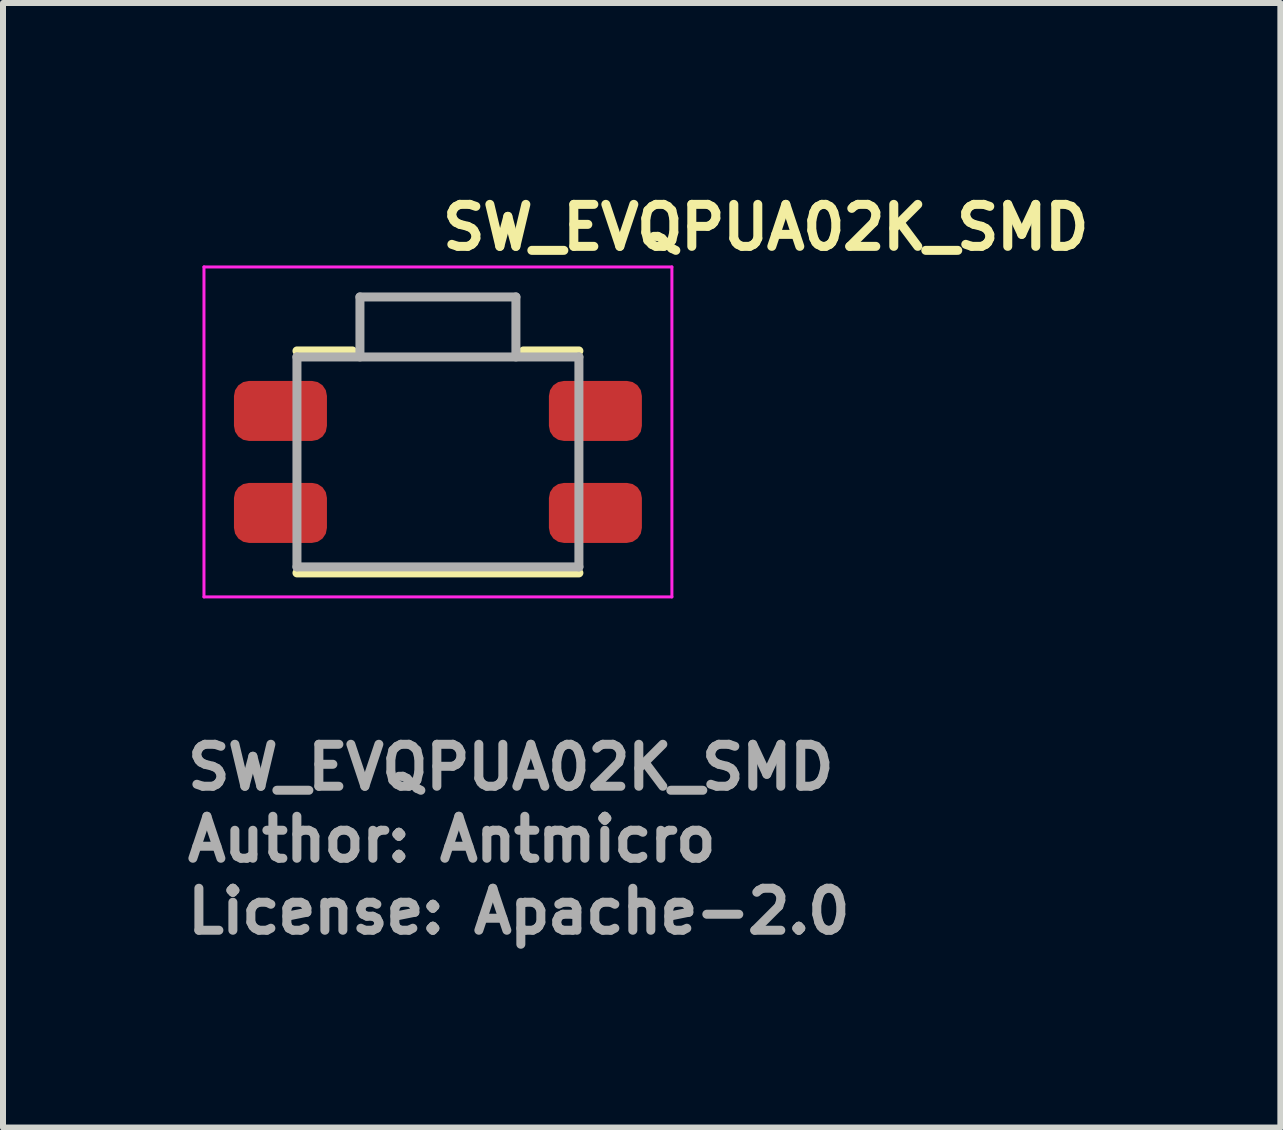
<source format=kicad_pcb>
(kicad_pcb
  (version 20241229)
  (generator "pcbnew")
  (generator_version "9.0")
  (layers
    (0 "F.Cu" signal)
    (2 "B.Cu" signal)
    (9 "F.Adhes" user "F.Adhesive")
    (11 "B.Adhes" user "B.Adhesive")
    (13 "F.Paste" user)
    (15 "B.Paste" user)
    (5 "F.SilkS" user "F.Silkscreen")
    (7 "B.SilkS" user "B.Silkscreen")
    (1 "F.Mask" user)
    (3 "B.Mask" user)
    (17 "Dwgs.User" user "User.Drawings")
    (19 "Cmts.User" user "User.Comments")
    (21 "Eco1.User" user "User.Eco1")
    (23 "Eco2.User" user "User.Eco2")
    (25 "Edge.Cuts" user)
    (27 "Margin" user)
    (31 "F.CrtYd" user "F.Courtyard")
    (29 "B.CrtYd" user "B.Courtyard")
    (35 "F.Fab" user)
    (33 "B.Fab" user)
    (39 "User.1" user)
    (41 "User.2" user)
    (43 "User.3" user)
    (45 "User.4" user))
  (footprint "SW_EVQPUA02K_SMD"
    (layer "F.Cu")
    (at 4.25 4.65)
    (property "Reference" "SW_EVQPUA02K_SMD" (at 0 -3.5 0) (layer "F.SilkS") (effects (font (size 0.7 0.7) (thickness 0.15)) (justify left bottom)))
    (attr smd)
    (fp_line (start -1.425 -1.85) (end -2.35 -1.85) (stroke (width 0.15) (type solid)) (layer "F.SilkS"))
    (fp_line (start 2.35 -1.85) (end 1.425 -1.85) (stroke (width 0.15) (type solid)) (layer "F.SilkS"))
    (fp_line (start 2.35 1.85) (end -2.35 1.85) (stroke (width 0.15) (type solid)) (layer "F.SilkS"))
    (fp_line (start -3.9 2.25) (end -3.9 -3.25) (stroke (width 0.05) (type solid)) (layer "F.CrtYd"))
    (fp_line (start 3.9 -3.25) (end -3.9 -3.25) (stroke (width 0.05) (type solid)) (layer "F.CrtYd"))
    (fp_line (start 3.9 2.25) (end -3.9 2.25) (stroke (width 0.05) (type solid)) (layer "F.CrtYd"))
    (fp_line (start 3.9 2.25) (end 3.9 -3.25) (stroke (width 0.05) (type solid)) (layer "F.CrtYd"))
    (fp_line (start -2.35 1.75) (end -2.35 -1.75) (stroke (width 0.15) (type solid)) (layer "F.Fab"))
    (fp_line (start -1.3 -2.75) (end -1.3 -1.75) (stroke (width 0.15) (type solid)) (layer "F.Fab"))
    (fp_line (start 1.3 -2.75) (end -1.3 -2.75) (stroke (width 0.15) (type solid)) (layer "F.Fab"))
    (fp_line (start 1.3 -2.75) (end 1.3 -1.75) (stroke (width 0.15) (type solid)) (layer "F.Fab"))
    (fp_line (start 2.35 -1.75) (end -2.35 -1.75) (stroke (width 0.15) (type solid)) (layer "F.Fab"))
    (fp_line (start 2.35 1.75) (end -2.35 1.75) (stroke (width 0.15) (type solid)) (layer "F.Fab"))
    (fp_line (start 2.35 1.75) (end 2.35 -1.75) (stroke (width 0.15) (type solid)) (layer "F.Fab"))
    (fp_rect (start -3.2 -2.75) (end 3.2 1.79) (stroke (width 0.15) (type solid)) (fill no) (layer "User.5"))
    (fp_line (start -3.2 -1.15) (end -2.35 -1.15) (stroke (width 0.01) (type solid)) (layer "User.9"))
    (fp_line (start -3.2 -0.55) (end -3.2 -1.15) (stroke (width 0.01) (type solid)) (layer "User.9"))
    (fp_line (start -3.2 -0.55) (end -2.35 -0.55) (stroke (width 0.01) (type solid)) (layer "User.9"))
    (fp_line (start -3.2 0.55) (end -2.35 0.55) (stroke (width 0.01) (type solid)) (layer "User.9"))
    (fp_line (start -3.2 1.15) (end -3.2 0.55) (stroke (width 0.01) (type solid)) (layer "User.9"))
    (fp_line (start -3.2 1.15) (end -2.35 1.15) (stroke (width 0.01) (type solid)) (layer "User.9"))
    (fp_line (start -2.35 -1.75) (end -2.35 -1.752) (stroke (width 0.01) (type solid)) (layer "User.9"))
    (fp_line (start -2.35 -1.75) (end -1.7 -1.75) (stroke (width 0.01) (type solid)) (layer "User.9"))
    (fp_line (start -2.35 -1.6) (end -2.35 -1.75) (stroke (width 0.01) (type solid)) (layer "User.9"))
    (fp_line (start -2.35 -0.425) (end -2.35 -1.6) (stroke (width 0.01) (type solid)) (layer "User.9"))
    (fp_line (start -2.35 -0.425) (end -2.35 0.425) (stroke (width 0.01) (type solid)) (layer "User.9"))
    (fp_line (start -2.35 0.425) (end -2.15 0.425) (stroke (width 0.01) (type solid)) (layer "User.9"))
    (fp_line (start -2.35 1.6) (end -2.35 0.425) (stroke (width 0.01) (type solid)) (layer "User.9"))
    (fp_line (start -2.35 1.6) (end -1.7 1.6) (stroke (width 0.01) (type solid)) (layer "User.9"))
    (fp_line (start -2.35 1.75) (end -2.35 1.6) (stroke (width 0.01) (type solid)) (layer "User.9"))
    (fp_line (start -2.35 1.752) (end -2.35 1.75) (stroke (width 0.01) (type solid)) (layer "User.9"))
    (fp_line (start -2.35 1.752) (end -2.25 1.752) (stroke (width 0.01) (type solid)) (layer "User.9"))
    (fp_line (start -2.343 -0.4) (end -2.299 -0.4) (stroke (width 0.01) (type solid)) (layer "User.9"))
    (fp_line (start -2.343 0.4) (end -2.343 -0.4) (stroke (width 0.01) (type solid)) (layer "User.9"))
    (fp_line (start -2.3 -1.409) (end -2.3 -0.9) (stroke (width 0.01) (type solid)) (layer "User.9"))
    (fp_line (start -2.3 -0.9) (end -2.15 -0.9) (stroke (width 0.01) (type solid)) (layer "User.9"))
    (fp_line (start -2.3 0.9) (end -2.3 1.391) (stroke (width 0.01) (type solid)) (layer "User.9"))
    (fp_line (start -2.3 1.391) (end -2.15 1.391) (stroke (width 0.01) (type solid)) (layer "User.9"))
    (fp_line (start -2.299 0.4) (end -2.343 0.4) (stroke (width 0.01) (type solid)) (layer "User.9"))
    (fp_line (start -2.299 0.4) (end -2.299 -0.4) (stroke (width 0.01) (type solid)) (layer "User.9"))
    (fp_line (start -2.299 0.4) (end -2.15 0.4) (stroke (width 0.01) (type solid)) (layer "User.9"))
    (fp_line (start -2.25 -1.784) (end -2.25 -1.773) (stroke (width 0.01) (type solid)) (layer "User.9"))
    (fp_line (start -2.25 -1.773) (end -2.25 -1.773) (stroke (width 0.01) (type solid)) (layer "User.9"))
    (fp_line (start -2.25 -1.773) (end -1.7 -1.773) (stroke (width 0.01) (type solid)) (layer "User.9"))
    (fp_line (start -2.25 -1.752) (end -2.25 -1.773) (stroke (width 0.01) (type solid)) (layer "User.9"))
    (fp_line (start -2.25 1.75) (end -2.25 1.772) (stroke (width 0.01) (type solid)) (layer "User.9"))
    (fp_line (start -2.25 1.772) (end -2.25 1.784) (stroke (width 0.01) (type solid)) (layer "User.9"))
    (fp_line (start -2.25 1.784) (end -2.25 1.784) (stroke (width 0.01) (type solid)) (layer "User.9"))
    (fp_line (start -2.25 1.784) (end -2.25 1.784) (stroke (width 0.01) (type solid)) (layer "User.9"))
    (fp_line (start -2.25 -1.784) (end -2.25 -1.784) (stroke (width 0.01) (type solid)) (layer "User.9"))
    (fp_line (start -2.25 1.784) (end -2.25 1.784) (stroke (width 0.01) (type solid)) (layer "User.9"))
    (fp_line (start -2.25 1.784) (end -2.249 1.784) (stroke (width 0.01) (type solid)) (layer "User.9"))
    (fp_line (start -2.249 -1.784) (end -2.25 -1.784) (stroke (width 0.01) (type solid)) (layer "User.9"))
    (fp_line (start -2.249 1.784) (end -2.249 1.784) (stroke (width 0.01) (type solid)) (layer "User.9"))
    (fp_line (start -2.249 1.784) (end -2.248 1.785) (stroke (width 0.01) (type solid)) (layer "User.9"))
    (fp_line (start -2.248 -1.785) (end -2.249 -1.784) (stroke (width 0.01) (type solid)) (layer "User.9"))
    (fp_line (start -2.248 1.785) (end -2.247 1.785) (stroke (width 0.01) (type solid)) (layer "User.9"))
    (fp_line (start -2.247 -1.785) (end -2.248 -1.785) (stroke (width 0.01) (type solid)) (layer "User.9"))
    (fp_line (start -2.247 1.785) (end -2.246 1.785) (stroke (width 0.01) (type solid)) (layer "User.9"))
    (fp_line (start -2.246 1.785) (end -2.244 1.786) (stroke (width 0.01) (type solid)) (layer "User.9"))
    (fp_line (start -2.244 -1.786) (end -2.247 -1.785) (stroke (width 0.01) (type solid)) (layer "User.9"))
    (fp_line (start -2.244 1.786) (end -2.242 1.786) (stroke (width 0.01) (type solid)) (layer "User.9"))
    (fp_line (start -2.242 1.786) (end -2.239 1.786) (stroke (width 0.01) (type solid)) (layer "User.9"))
    (fp_line (start -2.239 -1.786) (end -2.244 -1.786) (stroke (width 0.01) (type solid)) (layer "User.9"))
    (fp_line (start -2.239 1.786) (end -2.236 1.786) (stroke (width 0.01) (type solid)) (layer "User.9"))
    (fp_line (start -2.236 1.786) (end -2.233 1.787) (stroke (width 0.01) (type solid)) (layer "User.9"))
    (fp_line (start -2.233 -1.787) (end -2.239 -1.786) (stroke (width 0.01) (type solid)) (layer "User.9"))
    (fp_line (start -2.233 1.787) (end -2.23 1.787) (stroke (width 0.01) (type solid)) (layer "User.9"))
    (fp_line (start -2.23 1.787) (end -2.226 1.787) (stroke (width 0.01) (type solid)) (layer "User.9"))
    (fp_line (start -2.226 -1.787) (end -2.233 -1.787) (stroke (width 0.01) (type solid)) (layer "User.9"))
    (fp_line (start -2.226 1.787) (end -2.218 1.788) (stroke (width 0.01) (type solid)) (layer "User.9"))
    (fp_line (start -2.218 -1.788) (end -2.226 -1.787) (stroke (width 0.01) (type solid)) (layer "User.9"))
    (fp_line (start -2.218 1.788) (end -2.208 1.788) (stroke (width 0.01) (type solid)) (layer "User.9"))
    (fp_line (start -2.208 -1.788) (end -2.218 -1.788) (stroke (width 0.01) (type solid)) (layer "User.9"))
    (fp_line (start -2.208 -1.788) (end -2.208 -1.788) (stroke (width 0.01) (type solid)) (layer "User.9"))
    (fp_line (start -2.208 1.788) (end -2.208 1.788) (stroke (width 0.01) (type solid)) (layer "User.9"))
    (fp_line (start -2.208 1.788) (end -2.187 1.789) (stroke (width 0.01) (type solid)) (layer "User.9"))
    (fp_line (start -2.187 -1.789) (end -2.208 -1.788) (stroke (width 0.01) (type solid)) (layer "User.9"))
    (fp_line (start -2.187 1.789) (end -2.162 1.79) (stroke (width 0.01) (type solid)) (layer "User.9"))
    (fp_line (start -2.162 -1.79) (end -2.187 -1.789) (stroke (width 0.01) (type solid)) (layer "User.9"))
    (fp_line (start -2.162 1.79) (end -2.135 1.79) (stroke (width 0.01) (type solid)) (layer "User.9"))
    (fp_line (start -2.15 -1.522) (end -2.15 -1.409) (stroke (width 0.01) (type solid)) (layer "User.9"))
    (fp_line (start -2.15 -1.409) (end -2.3 -1.409) (stroke (width 0.01) (type solid)) (layer "User.9"))
    (fp_line (start -2.15 -0.9) (end -2.15 -0.4) (stroke (width 0.01) (type solid)) (layer "User.9"))
    (fp_line (start -2.15 -0.425) (end -2.35 -0.425) (stroke (width 0.01) (type solid)) (layer "User.9"))
    (fp_line (start -2.15 -0.4) (end -2.299 -0.4) (stroke (width 0.01) (type solid)) (layer "User.9"))
    (fp_line (start -2.15 0.4) (end -2.15 0.9) (stroke (width 0.01) (type solid)) (layer "User.9"))
    (fp_line (start -2.15 0.9) (end -2.3 0.9) (stroke (width 0.01) (type solid)) (layer "User.9"))
    (fp_line (start -2.15 1.391) (end -2.15 1.574) (stroke (width 0.01) (type solid)) (layer "User.9"))
    (fp_line (start -2.15 1.574) (end -1.7 1.574) (stroke (width 0.01) (type solid)) (layer "User.9"))
    (fp_line (start -2.135 -1.79) (end -2.162 -1.79) (stroke (width 0.01) (type solid)) (layer "User.9"))
    (fp_line (start -2.135 1.79) (end -2.107 1.79) (stroke (width 0.01) (type solid)) (layer "User.9"))
    (fp_line (start -2.107 -1.79) (end -2.135 -1.79) (stroke (width 0.01) (type solid)) (layer "User.9"))
    (fp_line (start -2.107 -1.79) (end -1.468 -1.79) (stroke (width 0.01) (type solid)) (layer "User.9"))
    (fp_line (start -1.7 -1.752) (end -2.35 -1.752) (stroke (width 0.01) (type solid)) (layer "User.9"))
    (fp_line (start -1.7 -1.751) (end -1.7 -1.773) (stroke (width 0.01) (type solid)) (layer "User.9"))
    (fp_line (start -1.7 -1.75) (end -1.7 -1.751) (stroke (width 0.01) (type solid)) (layer "User.9"))
    (fp_line (start -1.7 -1.75) (end -1.7 -1.6) (stroke (width 0.01) (type solid)) (layer "User.9"))
    (fp_line (start -1.7 -1.716) (end -1.7 -1.75) (stroke (width 0.01) (type solid)) (layer "User.9"))
    (fp_line (start -1.7 -1.6) (end -2.35 -1.6) (stroke (width 0.01) (type solid)) (layer "User.9"))
    (fp_line (start -1.7 -1.57) (end -1.7 -1.716) (stroke (width 0.01) (type solid)) (layer "User.9"))
    (fp_line (start -1.7 -1.57) (end -1.7 -1.522) (stroke (width 0.01) (type solid)) (layer "User.9"))
    (fp_line (start -1.7 -1.522) (end -2.15 -1.522) (stroke (width 0.01) (type solid)) (layer "User.9"))
    (fp_line (start -1.7 1.574) (end -2.15 1.574) (stroke (width 0.01) (type solid)) (layer "User.9"))
    (fp_line (start -1.7 1.574) (end -1.7 1.618) (stroke (width 0.01) (type solid)) (layer "User.9"))
    (fp_line (start -1.7 1.748) (end -1.7 1.618) (stroke (width 0.01) (type solid)) (layer "User.9"))
    (fp_line (start -1.7 1.748) (end -1.7 1.772) (stroke (width 0.01) (type solid)) (layer "User.9"))
    (fp_line (start -1.7 1.75) (end -2.35 1.75) (stroke (width 0.01) (type solid)) (layer "User.9"))
    (fp_line (start -1.7 1.75) (end -2.25 1.75) (stroke (width 0.01) (type solid)) (layer "User.9"))
    (fp_line (start -1.7 1.772) (end -2.25 1.772) (stroke (width 0.01) (type solid)) (layer "User.9"))
    (fp_line (start -1.493 1.79) (end -2.107 1.79) (stroke (width 0.01) (type solid)) (layer "User.9"))
    (fp_line (start -1.493 1.79) (end -1.465 1.79) (stroke (width 0.01) (type solid)) (layer "User.9"))
    (fp_line (start -1.465 1.79) (end -1.438 1.79) (stroke (width 0.01) (type solid)) (layer "User.9"))
    (fp_line (start -1.44 -1.79) (end -1.468 -1.79) (stroke (width 0.01) (type solid)) (layer "User.9"))
    (fp_line (start -1.438 1.79) (end -1.413 1.789) (stroke (width 0.01) (type solid)) (layer "User.9"))
    (fp_line (start -1.413 1.789) (end -1.392 1.788) (stroke (width 0.01) (type solid)) (layer "User.9"))
    (fp_line (start -1.413 -1.79) (end -1.44 -1.79) (stroke (width 0.01) (type solid)) (layer "User.9"))
    (fp_line (start -1.392 1.788) (end -1.392 1.788) (stroke (width 0.01) (type solid)) (layer "User.9"))
    (fp_line (start -1.392 1.788) (end -1.382 1.788) (stroke (width 0.01) (type solid)) (layer "User.9"))
    (fp_line (start -1.388 -1.789) (end -1.413 -1.79) (stroke (width 0.01) (type solid)) (layer "User.9"))
    (fp_line (start -1.382 1.788) (end -1.374 1.787) (stroke (width 0.01) (type solid)) (layer "User.9"))
    (fp_line (start -1.374 1.787) (end -1.367 1.787) (stroke (width 0.01) (type solid)) (layer "User.9"))
    (fp_line (start -1.367 1.787) (end -1.361 1.786) (stroke (width 0.01) (type solid)) (layer "User.9"))
    (fp_line (start -1.367 -1.788) (end -1.388 -1.789) (stroke (width 0.01) (type solid)) (layer "User.9"))
    (fp_line (start -1.367 -1.788) (end -1.367 -1.788) (stroke (width 0.01) (type solid)) (layer "User.9"))
    (fp_line (start -1.361 1.786) (end -1.356 1.786) (stroke (width 0.01) (type solid)) (layer "User.9"))
    (fp_line (start -1.357 -1.788) (end -1.367 -1.788) (stroke (width 0.01) (type solid)) (layer "User.9"))
    (fp_line (start -1.356 1.786) (end -1.353 1.785) (stroke (width 0.01) (type solid)) (layer "User.9"))
    (fp_line (start -1.353 1.785) (end -1.352 1.785) (stroke (width 0.01) (type solid)) (layer "User.9"))
    (fp_line (start -1.352 1.785) (end -1.351 1.784) (stroke (width 0.01) (type solid)) (layer "User.9"))
    (fp_line (start -1.351 1.784) (end -1.35 1.784) (stroke (width 0.01) (type solid)) (layer "User.9"))
    (fp_line (start -1.35 1.784) (end -1.35 1.784) (stroke (width 0.01) (type solid)) (layer "User.9"))
    (fp_line (start -1.35 1.784) (end -1.35 1.761) (stroke (width 0.01) (type solid)) (layer "User.9"))
    (fp_line (start -1.35 1.784) (end -1.35 1.761) (stroke (width 0.01) (type solid)) (layer "User.9"))
    (fp_line (start -1.349 -1.787) (end -1.357 -1.788) (stroke (width 0.01) (type solid)) (layer "User.9"))
    (fp_line (start -1.345 -1.787) (end -1.349 -1.787) (stroke (width 0.01) (type solid)) (layer "User.9"))
    (fp_line (start -1.342 -1.787) (end -1.345 -1.787) (stroke (width 0.01) (type solid)) (layer "User.9"))
    (fp_line (start -1.339 -1.786) (end -1.342 -1.787) (stroke (width 0.01) (type solid)) (layer "User.9"))
    (fp_line (start -1.336 -1.786) (end -1.339 -1.786) (stroke (width 0.01) (type solid)) (layer "User.9"))
    (fp_line (start -1.333 -1.786) (end -1.336 -1.786) (stroke (width 0.01) (type solid)) (layer "User.9"))
    (fp_line (start -1.331 -1.786) (end -1.333 -1.786) (stroke (width 0.01) (type solid)) (layer "User.9"))
    (fp_line (start -1.329 -1.785) (end -1.331 -1.786) (stroke (width 0.01) (type solid)) (layer "User.9"))
    (fp_line (start -1.328 -1.785) (end -1.329 -1.785) (stroke (width 0.01) (type solid)) (layer "User.9"))
    (fp_line (start -1.327 -1.785) (end -1.328 -1.785) (stroke (width 0.01) (type solid)) (layer "User.9"))
    (fp_line (start -1.326 -1.784) (end -1.327 -1.785) (stroke (width 0.01) (type solid)) (layer "User.9"))
    (fp_line (start -1.326 -1.784) (end -1.326 -1.784) (stroke (width 0.01) (type solid)) (layer "User.9"))
    (fp_line (start -1.325 -1.784) (end -1.326 -1.784) (stroke (width 0.01) (type solid)) (layer "User.9"))
    (fp_line (start -1.325 -1.784) (end -1.325 -1.784) (stroke (width 0.01) (type solid)) (layer "User.9"))
    (fp_line (start -1.325 -1.784) (end -1.325 -1.784) (stroke (width 0.01) (type solid)) (layer "User.9"))
    (fp_line (start -1.325 -1.784) (end -1.325 -1.784) (stroke (width 0.01) (type solid)) (layer "User.9"))
    (fp_line (start -1.325 -1.784) (end -1.325 -1.773) (stroke (width 0.01) (type solid)) (layer "User.9"))
    (fp_line (start -1.325 -1.773) (end -1.325 -1.751) (stroke (width 0.01) (type solid)) (layer "User.9"))
    (fp_line (start -1.325 -1.751) (end -1.325 -1.569) (stroke (width 0.01) (type solid)) (layer "User.9"))
    (fp_line (start -1.325 -1.641) (end -1.325 -1.641) (stroke (width 0.01) (type solid)) (layer "User.9"))
    (fp_line (start -1.325 -1.57) (end -1.7 -1.57) (stroke (width 0.01) (type solid)) (layer "User.9"))
    (fp_line (start -1.325 -1.569) (end -1.325 -1.55) (stroke (width 0.01) (type solid)) (layer "User.9"))
    (fp_line (start -1.325 -1.55) (end -1.324 -1.545) (stroke (width 0.01) (type solid)) (layer "User.9"))
    (fp_line (start -1.324 -1.546) (end -1.325 -1.55) (stroke (width 0.01) (type solid)) (layer "User.9"))
    (fp_line (start -1.323 -1.541) (end -1.324 -1.546) (stroke (width 0.01) (type solid)) (layer "User.9"))
    (fp_line (start -1.321 -1.537) (end -1.323 -1.541) (stroke (width 0.01) (type solid)) (layer "User.9"))
    (fp_line (start -1.321 -1.537) (end -1.319 -1.533) (stroke (width 0.01) (type solid)) (layer "User.9"))
    (fp_line (start -1.319 -1.533) (end -1.321 -1.537) (stroke (width 0.01) (type solid)) (layer "User.9"))
    (fp_line (start -1.318 -1.53) (end -1.309 -1.517) (stroke (width 0.01) (type solid)) (layer "User.9"))
    (fp_line (start -1.317 -1.529) (end -1.319 -1.533) (stroke (width 0.01) (type solid)) (layer "User.9"))
    (fp_line (start -1.315 -1.525) (end -1.317 -1.529) (stroke (width 0.01) (type solid)) (layer "User.9"))
    (fp_line (start -1.312 -1.521) (end -1.315 -1.525) (stroke (width 0.01) (type solid)) (layer "User.9"))
    (fp_line (start -1.309 -1.517) (end -1.312 -1.521) (stroke (width 0.01) (type solid)) (layer "User.9"))
    (fp_line (start -1.305 -1.514) (end -1.309 -1.517) (stroke (width 0.01) (type solid)) (layer "User.9"))
    (fp_line (start -1.304 -1.512) (end -1.294 -1.506) (stroke (width 0.01) (type solid)) (layer "User.9"))
    (fp_line (start -1.304 -1.513) (end -1.305 -1.514) (stroke (width 0.01) (type solid)) (layer "User.9"))
    (fp_line (start -1.302 -1.511) (end -1.304 -1.513) (stroke (width 0.01) (type solid)) (layer "User.9"))
    (fp_line (start -1.3 -2.75) (end -1.3 -2.25) (stroke (width 0.01) (type solid)) (layer "User.9"))
    (fp_line (start -1.3 -2.25) (end -1.2 -2.25) (stroke (width 0.01) (type solid)) (layer "User.9"))
    (fp_line (start -1.3 -2.15) (end -1.3 -2.25) (stroke (width 0.01) (type solid)) (layer "User.9"))
    (fp_line (start -1.3 -1.51) (end -1.302 -1.511) (stroke (width 0.01) (type solid)) (layer "User.9"))
    (fp_line (start -1.298 -1.508) (end -1.3 -1.51) (stroke (width 0.01) (type solid)) (layer "User.9"))
    (fp_line (start -1.296 -1.507) (end -1.298 -1.508) (stroke (width 0.01) (type solid)) (layer "User.9"))
    (fp_line (start -1.294 -1.506) (end -1.296 -1.507) (stroke (width 0.01) (type solid)) (layer "User.9"))
    (fp_line (start -1.292 -1.505) (end -1.29 -1.505) (stroke (width 0.01) (type solid)) (layer "User.9"))
    (fp_line (start -1.292 -1.505) (end -1.294 -1.506) (stroke (width 0.01) (type solid)) (layer "User.9"))
    (fp_line (start -1.29 -1.505) (end -1.289 -1.504) (stroke (width 0.01) (type solid)) (layer "User.9"))
    (fp_line (start -1.289 -1.504) (end -1.292 -1.505) (stroke (width 0.01) (type solid)) (layer "User.9"))
    (fp_line (start -1.289 -1.504) (end -1.287 -1.503) (stroke (width 0.01) (type solid)) (layer "User.9"))
    (fp_line (start -1.287 -1.503) (end -1.289 -1.504) (stroke (width 0.01) (type solid)) (layer "User.9"))
    (fp_line (start -1.287 -1.503) (end -1.285 -1.503) (stroke (width 0.01) (type solid)) (layer "User.9"))
    (fp_line (start -1.285 -1.502) (end -1.287 -1.503) (stroke (width 0.01) (type solid)) (layer "User.9"))
    (fp_line (start -1.285 -1.503) (end -1.283 -1.502) (stroke (width 0.01) (type solid)) (layer "User.9"))
    (fp_line (start -1.283 -1.502) (end -1.28 -1.501) (stroke (width 0.01) (type solid)) (layer "User.9"))
    (fp_line (start -1.282 -1.501) (end -1.285 -1.502) (stroke (width 0.01) (type solid)) (layer "User.9"))
    (fp_line (start -1.28 -1.501) (end -1.278 -1.501) (stroke (width 0.01) (type solid)) (layer "User.9"))
    (fp_line (start -1.28 -1.501) (end -1.282 -1.501) (stroke (width 0.01) (type solid)) (layer "User.9"))
    (fp_line (start -1.278 -1.501) (end -1.275 -1.5) (stroke (width 0.01) (type solid)) (layer "User.9"))
    (fp_line (start -1.278 -1.5) (end -1.28 -1.501) (stroke (width 0.01) (type solid)) (layer "User.9"))
    (fp_line (start -1.275 -1.5) (end -1.278 -1.5) (stroke (width 0.01) (type solid)) (layer "User.9"))
    (fp_line (start -1.2 -2.25) (end -1.2 -2.15) (stroke (width 0.01) (type solid)) (layer "User.9"))
    (fp_line (start -1.2 -2.25) (end 1.2 -2.25) (stroke (width 0.01) (type solid)) (layer "User.9"))
    (fp_line (start -1.2 -2.15) (end -1.3 -2.15) (stroke (width 0.01) (type solid)) (layer "User.9"))
    (fp_line (start -1.2 -2.15) (end -1.2 -1.5) (stroke (width 0.01) (type solid)) (layer "User.9"))
    (fp_line (start -1.2 -1.6) (end -1.325 -1.6) (stroke (width 0.01) (type solid)) (layer "User.9"))
    (fp_line (start -0.75 -0.427) (end -0.75 0.537) (stroke (width 0.01) (type solid)) (layer "User.9"))
    (fp_line (start -0.75 -0.427) (end -0.75 -0.434) (stroke (width 0.01) (type solid)) (layer "User.9"))
    (fp_line (start -0.75 1.756) (end -0.75 1.761) (stroke (width 0.01) (type solid)) (layer "User.9"))
    (fp_line (start -0.75 1.761) (end -1.35 1.761) (stroke (width 0.01) (type solid)) (layer "User.9"))
    (fp_line (start -0.75 -0.434) (end -0.749 -0.441) (stroke (width 0.01) (type solid)) (layer "User.9"))
    (fp_line (start -0.75 0.544) (end -0.75 0.537) (stroke (width 0.01) (type solid)) (layer "User.9"))
    (fp_line (start -0.749 -0.441) (end -0.749 -0.447) (stroke (width 0.01) (type solid)) (layer "User.9"))
    (fp_line (start -0.749 0.552) (end -0.75 0.544) (stroke (width 0.01) (type solid)) (layer "User.9"))
    (fp_line (start -0.749 -0.447) (end -0.748 -0.454) (stroke (width 0.01) (type solid)) (layer "User.9"))
    (fp_line (start -0.748 0.558) (end -0.749 0.552) (stroke (width 0.01) (type solid)) (layer "User.9"))
    (fp_line (start -0.748 -0.454) (end -0.746 -0.46) (stroke (width 0.01) (type solid)) (layer "User.9"))
    (fp_line (start -0.747 0.565) (end -0.748 0.558) (stroke (width 0.01) (type solid)) (layer "User.9"))
    (fp_line (start -0.746 -0.46) (end -0.745 -0.466) (stroke (width 0.01) (type solid)) (layer "User.9"))
    (fp_line (start -0.746 0.572) (end -0.747 0.565) (stroke (width 0.01) (type solid)) (layer "User.9"))
    (fp_line (start -0.745 -0.466) (end -0.743 -0.473) (stroke (width 0.01) (type solid)) (layer "User.9"))
    (fp_line (start -0.744 0.579) (end -0.746 0.572) (stroke (width 0.01) (type solid)) (layer "User.9"))
    (fp_line (start -0.743 -0.473) (end -0.741 -0.479) (stroke (width 0.01) (type solid)) (layer "User.9"))
    (fp_line (start -0.742 0.585) (end -0.744 0.579) (stroke (width 0.01) (type solid)) (layer "User.9"))
    (fp_line (start -0.741 -0.479) (end -0.738 -0.485) (stroke (width 0.01) (type solid)) (layer "User.9"))
    (fp_line (start -0.739 0.592) (end -0.742 0.585) (stroke (width 0.01) (type solid)) (layer "User.9"))
    (fp_line (start -0.738 -0.485) (end -0.735 -0.49) (stroke (width 0.01) (type solid)) (layer "User.9"))
    (fp_line (start -0.736 0.598) (end -0.739 0.592) (stroke (width 0.01) (type solid)) (layer "User.9"))
    (fp_line (start -0.735 -0.49) (end -0.732 -0.496) (stroke (width 0.01) (type solid)) (layer "User.9"))
    (fp_line (start -0.733 0.605) (end -0.736 0.598) (stroke (width 0.01) (type solid)) (layer "User.9"))
    (fp_line (start -0.732 -0.496) (end -0.729 -0.501) (stroke (width 0.01) (type solid)) (layer "User.9"))
    (fp_line (start -0.73 0.611) (end -0.733 0.605) (stroke (width 0.01) (type solid)) (layer "User.9"))
    (fp_line (start -0.729 -0.501) (end -0.726 -0.507) (stroke (width 0.01) (type solid)) (layer "User.9"))
    (fp_line (start -0.726 0.617) (end -0.73 0.611) (stroke (width 0.01) (type solid)) (layer "User.9"))
    (fp_line (start -0.726 -0.507) (end -0.722 -0.512) (stroke (width 0.01) (type solid)) (layer "User.9"))
    (fp_line (start -0.722 -0.512) (end -0.718 -0.517) (stroke (width 0.01) (type solid)) (layer "User.9"))
    (fp_line (start -0.722 0.622) (end -0.726 0.617) (stroke (width 0.01) (type solid)) (layer "User.9"))
    (fp_line (start -0.718 -0.517) (end -0.714 -0.522) (stroke (width 0.01) (type solid)) (layer "User.9"))
    (fp_line (start -0.718 0.628) (end -0.722 0.622) (stroke (width 0.01) (type solid)) (layer "User.9"))
    (fp_line (start -0.714 -0.522) (end -0.71 -0.526) (stroke (width 0.01) (type solid)) (layer "User.9"))
    (fp_line (start -0.713 0.633) (end -0.718 0.628) (stroke (width 0.01) (type solid)) (layer "User.9"))
    (fp_line (start -0.71 -0.526) (end -0.705 -0.531) (stroke (width 0.01) (type solid)) (layer "User.9"))
    (fp_line (start -0.708 0.638) (end -0.713 0.633) (stroke (width 0.01) (type solid)) (layer "User.9"))
    (fp_line (start -0.708 0.638) (end -0.708 0.638) (stroke (width 0.01) (type solid)) (layer "User.9"))
    (fp_line (start -0.705 -0.531) (end -0.701 -0.535) (stroke (width 0.01) (type solid)) (layer "User.9"))
    (fp_line (start -0.703 0.643) (end -0.708 0.638) (stroke (width 0.01) (type solid)) (layer "User.9"))
    (fp_line (start -0.701 -0.535) (end -0.696 -0.539) (stroke (width 0.01) (type solid)) (layer "User.9"))
    (fp_line (start -0.698 0.648) (end -0.703 0.643) (stroke (width 0.01) (type solid)) (layer "User.9"))
    (fp_line (start -0.696 -0.539) (end -0.691 -0.543) (stroke (width 0.01) (type solid)) (layer "User.9"))
    (fp_line (start -0.692 0.652) (end -0.698 0.648) (stroke (width 0.01) (type solid)) (layer "User.9"))
    (fp_line (start -0.691 -0.543) (end -0.686 -0.547) (stroke (width 0.01) (type solid)) (layer "User.9"))
    (fp_line (start -0.687 0.656) (end -0.692 0.652) (stroke (width 0.01) (type solid)) (layer "User.9"))
    (fp_line (start -0.686 -0.547) (end -0.68 -0.55) (stroke (width 0.01) (type solid)) (layer "User.9"))
    (fp_line (start -0.681 0.66) (end -0.687 0.656) (stroke (width 0.01) (type solid)) (layer "User.9"))
    (fp_line (start -0.68 -0.55) (end -0.675 -0.553) (stroke (width 0.01) (type solid)) (layer "User.9"))
    (fp_line (start -0.675 -0.553) (end -0.669 -0.556) (stroke (width 0.01) (type solid)) (layer "User.9"))
    (fp_line (start -0.675 0.663) (end -0.681 0.66) (stroke (width 0.01) (type solid)) (layer "User.9"))
    (fp_line (start -0.669 -0.556) (end -0.663 -0.559) (stroke (width 0.01) (type solid)) (layer "User.9"))
    (fp_line (start -0.668 0.666) (end -0.675 0.663) (stroke (width 0.01) (type solid)) (layer "User.9"))
    (fp_line (start -0.663 -0.559) (end -0.657 -0.561) (stroke (width 0.01) (type solid)) (layer "User.9"))
    (fp_line (start -0.662 0.669) (end -0.668 0.666) (stroke (width 0.01) (type solid)) (layer "User.9"))
    (fp_line (start -0.657 -0.561) (end -0.651 -0.563) (stroke (width 0.01) (type solid)) (layer "User.9"))
    (fp_line (start -0.655 0.672) (end -0.662 0.669) (stroke (width 0.01) (type solid)) (layer "User.9"))
    (fp_line (start -0.651 -0.563) (end -0.645 -0.565) (stroke (width 0.01) (type solid)) (layer "User.9"))
    (fp_line (start -0.649 0.674) (end -0.655 0.672) (stroke (width 0.01) (type solid)) (layer "User.9"))
    (fp_line (start -0.645 -0.565) (end -0.638 -0.567) (stroke (width 0.01) (type solid)) (layer "User.9"))
    (fp_line (start -0.642 0.676) (end -0.649 0.674) (stroke (width 0.01) (type solid)) (layer "User.9"))
    (fp_line (start -0.638 -0.567) (end -0.632 -0.568) (stroke (width 0.01) (type solid)) (layer "User.9"))
    (fp_line (start -0.635 0.677) (end -0.642 0.676) (stroke (width 0.01) (type solid)) (layer "User.9"))
    (fp_line (start -0.632 -0.568) (end -0.625 -0.569) (stroke (width 0.01) (type solid)) (layer "User.9"))
    (fp_line (start -0.628 0.678) (end -0.635 0.677) (stroke (width 0.01) (type solid)) (layer "User.9"))
    (fp_line (start -0.625 -0.569) (end -0.618 -0.568) (stroke (width 0.01) (type solid)) (layer "User.9"))
    (fp_line (start -0.622 0.679) (end -0.628 0.678) (stroke (width 0.01) (type solid)) (layer "User.9"))
    (fp_line (start -0.618 -0.568) (end -0.612 -0.567) (stroke (width 0.01) (type solid)) (layer "User.9"))
    (fp_line (start -0.614 0.68) (end -0.622 0.679) (stroke (width 0.01) (type solid)) (layer "User.9"))
    (fp_line (start -0.612 -0.567) (end -0.605 -0.565) (stroke (width 0.01) (type solid)) (layer "User.9"))
    (fp_line (start -0.607 0.68) (end -0.614 0.68) (stroke (width 0.01) (type solid)) (layer "User.9"))
    (fp_line (start -0.605 -0.565) (end -0.599 -0.563) (stroke (width 0.01) (type solid)) (layer "User.9"))
    (fp_line (start -0.6 -2.15) (end -0.3 -2.15) (stroke (width 0.01) (type solid)) (layer "User.9"))
    (fp_line (start -0.6 -1.75) (end -0.3 -1.75) (stroke (width 0.01) (type solid)) (layer "User.9"))
    (fp_line (start -0.6 -1.5) (end -0.6 -2.25) (stroke (width 0.01) (type solid)) (layer "User.9"))
    (fp_line (start -0.6 0.68) (end -0.607 0.68) (stroke (width 0.01) (type solid)) (layer "User.9"))
    (fp_line (start -0.6 0.68) (end -0.593 0.68) (stroke (width 0.01) (type solid)) (layer "User.9"))
    (fp_line (start -0.599 -0.563) (end -0.593 -0.561) (stroke (width 0.01) (type solid)) (layer "User.9"))
    (fp_line (start -0.597 0.68) (end -0.6 0.68) (stroke (width 0.01) (type solid)) (layer "User.9"))
    (fp_line (start -0.593 0.68) (end -0.597 0.68) (stroke (width 0.01) (type solid)) (layer "User.9"))
    (fp_line (start -0.593 -0.561) (end -0.587 -0.559) (stroke (width 0.01) (type solid)) (layer "User.9"))
    (fp_line (start -0.593 0.68) (end -0.586 0.679) (stroke (width 0.01) (type solid)) (layer "User.9"))
    (fp_line (start -0.59 0.679) (end -0.593 0.68) (stroke (width 0.01) (type solid)) (layer "User.9"))
    (fp_line (start -0.587 -0.559) (end -0.581 -0.556) (stroke (width 0.01) (type solid)) (layer "User.9"))
    (fp_line (start -0.586 0.679) (end -0.59 0.679) (stroke (width 0.01) (type solid)) (layer "User.9"))
    (fp_line (start -0.586 0.679) (end -0.579 0.678) (stroke (width 0.01) (type solid)) (layer "User.9"))
    (fp_line (start -0.583 0.678) (end -0.586 0.679) (stroke (width 0.01) (type solid)) (layer "User.9"))
    (fp_line (start -0.581 -0.556) (end -0.575 -0.553) (stroke (width 0.01) (type solid)) (layer "User.9"))
    (fp_line (start -0.58 0.678) (end -0.583 0.678) (stroke (width 0.01) (type solid)) (layer "User.9"))
    (fp_line (start -0.579 0.678) (end -0.573 0.676) (stroke (width 0.01) (type solid)) (layer "User.9"))
    (fp_line (start -0.576 0.677) (end -0.58 0.678) (stroke (width 0.01) (type solid)) (layer "User.9"))
    (fp_line (start -0.575 -0.553) (end -0.57 -0.55) (stroke (width 0.01) (type solid)) (layer "User.9"))
    (fp_line (start -0.573 0.676) (end -0.576 0.677) (stroke (width 0.01) (type solid)) (layer "User.9"))
    (fp_line (start -0.573 0.676) (end -0.566 0.674) (stroke (width 0.01) (type solid)) (layer "User.9"))
    (fp_line (start -0.57 -0.55) (end -0.564 -0.547) (stroke (width 0.01) (type solid)) (layer "User.9"))
    (fp_line (start -0.57 0.675) (end -0.573 0.676) (stroke (width 0.01) (type solid)) (layer "User.9"))
    (fp_line (start -0.566 0.674) (end -0.57 0.675) (stroke (width 0.01) (type solid)) (layer "User.9"))
    (fp_line (start -0.566 0.674) (end -0.56 0.671) (stroke (width 0.01) (type solid)) (layer "User.9"))
    (fp_line (start -0.564 -0.547) (end -0.559 -0.543) (stroke (width 0.01) (type solid)) (layer "User.9"))
    (fp_line (start -0.563 0.673) (end -0.566 0.674) (stroke (width 0.01) (type solid)) (layer "User.9"))
    (fp_line (start -0.56 0.671) (end -0.563 0.673) (stroke (width 0.01) (type solid)) (layer "User.9"))
    (fp_line (start -0.56 0.671) (end -0.553 0.669) (stroke (width 0.01) (type solid)) (layer "User.9"))
    (fp_line (start -0.559 -0.543) (end -0.554 -0.539) (stroke (width 0.01) (type solid)) (layer "User.9"))
    (fp_line (start -0.557 0.67) (end -0.56 0.671) (stroke (width 0.01) (type solid)) (layer "User.9"))
    (fp_line (start -0.554 -0.539) (end -0.549 -0.535) (stroke (width 0.01) (type solid)) (layer "User.9"))
    (fp_line (start -0.554 0.668) (end -0.557 0.67) (stroke (width 0.01) (type solid)) (layer "User.9"))
    (fp_line (start -0.553 0.669) (end -0.548 0.665) (stroke (width 0.01) (type solid)) (layer "User.9"))
    (fp_line (start -0.551 0.667) (end -0.554 0.668) (stroke (width 0.01) (type solid)) (layer "User.9"))
    (fp_line (start -0.549 -0.535) (end -0.545 -0.531) (stroke (width 0.01) (type solid)) (layer "User.9"))
    (fp_line (start -0.548 0.665) (end -0.551 0.667) (stroke (width 0.01) (type solid)) (layer "User.9"))
    (fp_line (start -0.548 0.665) (end -0.542 0.661) (stroke (width 0.01) (type solid)) (layer "User.9"))
    (fp_line (start -0.545 0.663) (end -0.548 0.665) (stroke (width 0.01) (type solid)) (layer "User.9"))
    (fp_line (start -0.545 -0.531) (end -0.54 -0.526) (stroke (width 0.01) (type solid)) (layer "User.9"))
    (fp_line (start -0.542 0.661) (end -0.545 0.663) (stroke (width 0.01) (type solid)) (layer "User.9"))
    (fp_line (start -0.542 0.661) (end -0.536 0.657) (stroke (width 0.01) (type solid)) (layer "User.9"))
    (fp_line (start -0.54 -0.526) (end -0.536 -0.522) (stroke (width 0.01) (type solid)) (layer "User.9"))
    (fp_line (start -0.539 0.659) (end -0.542 0.661) (stroke (width 0.01) (type solid)) (layer "User.9"))
    (fp_line (start -0.537 0.657) (end -0.539 0.659) (stroke (width 0.01) (type solid)) (layer "User.9"))
    (fp_line (start -0.536 0.657) (end -0.531 0.653) (stroke (width 0.01) (type solid)) (layer "User.9"))
    (fp_line (start -0.536 -0.522) (end -0.532 -0.517) (stroke (width 0.01) (type solid)) (layer "User.9"))
    (fp_line (start -0.534 0.655) (end -0.537 0.657) (stroke (width 0.01) (type solid)) (layer "User.9"))
    (fp_line (start -0.532 -0.517) (end -0.528 -0.512) (stroke (width 0.01) (type solid)) (layer "User.9"))
    (fp_line (start -0.531 0.652) (end -0.534 0.655) (stroke (width 0.01) (type solid)) (layer "User.9"))
    (fp_line (start -0.531 0.653) (end -0.527 0.648) (stroke (width 0.01) (type solid)) (layer "User.9"))
    (fp_line (start -0.529 0.65) (end -0.531 0.652) (stroke (width 0.01) (type solid)) (layer "User.9"))
    (fp_line (start -0.528 -0.512) (end -0.524 -0.507) (stroke (width 0.01) (type solid)) (layer "User.9"))
    (fp_line (start -0.527 0.648) (end -0.522 0.643) (stroke (width 0.01) (type solid)) (layer "User.9"))
    (fp_line (start -0.526 0.647) (end -0.529 0.65) (stroke (width 0.01) (type solid)) (layer "User.9"))
    (fp_line (start -0.524 0.645) (end -0.526 0.647) (stroke (width 0.01) (type solid)) (layer "User.9"))
    (fp_line (start -0.524 -0.507) (end -0.521 -0.501) (stroke (width 0.01) (type solid)) (layer "User.9"))
    (fp_line (start -0.522 0.643) (end -0.518 0.637) (stroke (width 0.01) (type solid)) (layer "User.9"))
    (fp_line (start -0.522 0.642) (end -0.524 0.645) (stroke (width 0.01) (type solid)) (layer "User.9"))
    (fp_line (start -0.521 -0.501) (end -0.518 -0.496) (stroke (width 0.01) (type solid)) (layer "User.9"))
    (fp_line (start -0.52 0.64) (end -0.522 0.642) (stroke (width 0.01) (type solid)) (layer "User.9"))
    (fp_line (start -0.518 0.637) (end -0.514 0.631) (stroke (width 0.01) (type solid)) (layer "User.9"))
    (fp_line (start -0.518 0.637) (end -0.52 0.64) (stroke (width 0.01) (type solid)) (layer "User.9"))
    (fp_line (start -0.518 -0.496) (end -0.515 -0.49) (stroke (width 0.01) (type solid)) (layer "User.9"))
    (fp_line (start -0.516 0.634) (end -0.518 0.637) (stroke (width 0.01) (type solid)) (layer "User.9"))
    (fp_line (start -0.515 -0.49) (end -0.512 -0.485) (stroke (width 0.01) (type solid)) (layer "User.9"))
    (fp_line (start -0.514 0.631) (end -0.511 0.625) (stroke (width 0.01) (type solid)) (layer "User.9"))
    (fp_line (start -0.514 0.631) (end -0.516 0.634) (stroke (width 0.01) (type solid)) (layer "User.9"))
    (fp_line (start -0.512 0.628) (end -0.514 0.631) (stroke (width 0.01) (type solid)) (layer "User.9"))
    (fp_line (start -0.512 -0.485) (end -0.509 -0.479) (stroke (width 0.01) (type solid)) (layer "User.9"))
    (fp_line (start -0.511 0.625) (end -0.512 0.628) (stroke (width 0.01) (type solid)) (layer "User.9"))
    (fp_line (start -0.509 -0.479) (end -0.507 -0.473) (stroke (width 0.01) (type solid)) (layer "User.9"))
    (fp_line (start -0.507 -0.473) (end -0.505 -0.466) (stroke (width 0.01) (type solid)) (layer "User.9"))
    (fp_line (start -0.505 -0.466) (end -0.504 -0.46) (stroke (width 0.01) (type solid)) (layer "User.9"))
    (fp_line (start -0.504 -0.46) (end -0.502 -0.454) (stroke (width 0.01) (type solid)) (layer "User.9"))
    (fp_line (start -0.502 -0.454) (end -0.501 -0.447) (stroke (width 0.01) (type solid)) (layer "User.9"))
    (fp_line (start -0.501 -0.447) (end -0.501 -0.441) (stroke (width 0.01) (type solid)) (layer "User.9"))
    (fp_line (start -0.501 -0.441) (end -0.5 -0.434) (stroke (width 0.01) (type solid)) (layer "User.9"))
    (fp_line (start -0.5 -0.434) (end -0.5 -0.427) (stroke (width 0.01) (type solid)) (layer "User.9"))
    (fp_line (start -0.5 -0.427) (end -0.5 -0.25) (stroke (width 0.01) (type solid)) (layer "User.9"))
    (fp_line (start -0.5 0.278) (end -0.5 -0.25) (stroke (width 0.01) (type solid)) (layer "User.9"))
    (fp_line (start -0.5 0.278) (end -0.5 0.474) (stroke (width 0.01) (type solid)) (layer "User.9"))
    (fp_line (start -0.5 0.278) (end 0.5 0.278) (stroke (width 0.01) (type solid)) (layer "User.9"))
    (fp_line (start -0.5 0.474) (end -0.5 0.501) (stroke (width 0.01) (type solid)) (layer "User.9"))
    (fp_line (start -0.5 0.474) (end 0.5 0.474) (stroke (width 0.01) (type solid)) (layer "User.9"))
    (fp_line (start -0.5 0.501) (end 0.5 0.501) (stroke (width 0.01) (type solid)) (layer "User.9"))
    (fp_line (start -0.5 1.756) (end -0.75 1.756) (stroke (width 0.01) (type solid)) (layer "User.9"))
    (fp_line (start -0.5 1.761) (end -0.5 1.756) (stroke (width 0.01) (type solid)) (layer "User.9"))
    (fp_line (start -0.3 -1.5) (end -0.3 -2.25) (stroke (width 0.01) (type solid)) (layer "User.9"))
    (fp_line (start 0.3 -2.25) (end 0.3 -1.5) (stroke (width 0.01) (type solid)) (layer "User.9"))
    (fp_line (start 0.3 -2.15) (end 0.6 -2.15) (stroke (width 0.01) (type solid)) (layer "User.9"))
    (fp_line (start 0.3 -1.75) (end 0.6 -1.75) (stroke (width 0.01) (type solid)) (layer "User.9"))
    (fp_line (start 0.5 -0.507) (end 0.5 -0.514) (stroke (width 0.01) (type solid)) (layer "User.9"))
    (fp_line (start 0.5 -0.25) (end -0.5 -0.25) (stroke (width 0.01) (type solid)) (layer "User.9"))
    (fp_line (start 0.5 -0.25) (end 0.5 -0.507) (stroke (width 0.01) (type solid)) (layer "User.9"))
    (fp_line (start 0.5 -0.25) (end 0.5 0.278) (stroke (width 0.01) (type solid)) (layer "User.9"))
    (fp_line (start 0.5 0.278) (end 0.5 0.474) (stroke (width 0.01) (type solid)) (layer "User.9"))
    (fp_line (start 0.5 0.474) (end 0.5 0.501) (stroke (width 0.01) (type solid)) (layer "User.9"))
    (fp_line (start 0.5 1.761) (end -0.5 1.761) (stroke (width 0.01) (type solid)) (layer "User.9"))
    (fp_line (start 0.5 1.761) (end 0.5 1.756) (stroke (width 0.01) (type solid)) (layer "User.9"))
    (fp_line (start 0.5 -0.514) (end 0.501 -0.521) (stroke (width 0.01) (type solid)) (layer "User.9"))
    (fp_line (start 0.501 -0.521) (end 0.501 -0.527) (stroke (width 0.01) (type solid)) (layer "User.9"))
    (fp_line (start 0.501 -0.527) (end 0.502 -0.534) (stroke (width 0.01) (type solid)) (layer "User.9"))
    (fp_line (start 0.502 -0.534) (end 0.504 -0.54) (stroke (width 0.01) (type solid)) (layer "User.9"))
    (fp_line (start 0.504 -0.54) (end 0.505 -0.546) (stroke (width 0.01) (type solid)) (layer "User.9"))
    (fp_line (start 0.505 -0.546) (end 0.507 -0.553) (stroke (width 0.01) (type solid)) (layer "User.9"))
    (fp_line (start 0.507 -0.553) (end 0.509 -0.559) (stroke (width 0.01) (type solid)) (layer "User.9"))
    (fp_line (start 0.509 -0.559) (end 0.512 -0.565) (stroke (width 0.01) (type solid)) (layer "User.9"))
    (fp_line (start 0.512 -0.565) (end 0.515 -0.57) (stroke (width 0.01) (type solid)) (layer "User.9"))
    (fp_line (start 0.515 -0.57) (end 0.518 -0.576) (stroke (width 0.01) (type solid)) (layer "User.9"))
    (fp_line (start 0.518 -0.576) (end 0.521 -0.581) (stroke (width 0.01) (type solid)) (layer "User.9"))
    (fp_line (start 0.521 -0.581) (end 0.524 -0.587) (stroke (width 0.01) (type solid)) (layer "User.9"))
    (fp_line (start 0.524 -0.587) (end 0.528 -0.592) (stroke (width 0.01) (type solid)) (layer "User.9"))
    (fp_line (start 0.528 -0.592) (end 0.532 -0.597) (stroke (width 0.01) (type solid)) (layer "User.9"))
    (fp_line (start 0.532 -0.597) (end 0.536 -0.602) (stroke (width 0.01) (type solid)) (layer "User.9"))
    (fp_line (start 0.534 0.625) (end -0.511 0.625) (stroke (width 0.01) (type solid)) (layer "User.9"))
    (fp_line (start 0.534 0.625) (end 0.537 0.628) (stroke (width 0.01) (type solid)) (layer "User.9"))
    (fp_line (start 0.536 -0.602) (end 0.54 -0.606) (stroke (width 0.01) (type solid)) (layer "User.9"))
    (fp_line (start 0.537 0.628) (end 0.541 0.631) (stroke (width 0.01) (type solid)) (layer "User.9"))
    (fp_line (start 0.537 0.628) (end 0.534 0.625) (stroke (width 0.01) (type solid)) (layer "User.9"))
    (fp_line (start 0.54 -0.606) (end 0.545 -0.611) (stroke (width 0.01) (type solid)) (layer "User.9"))
    (fp_line (start 0.541 0.631) (end 0.545 0.633) (stroke (width 0.01) (type solid)) (layer "User.9"))
    (fp_line (start 0.541 0.631) (end 0.537 0.628) (stroke (width 0.01) (type solid)) (layer "User.9"))
    (fp_line (start 0.545 -0.611) (end 0.549 -0.615) (stroke (width 0.01) (type solid)) (layer "User.9"))
    (fp_line (start 0.545 0.633) (end 0.548 0.636) (stroke (width 0.01) (type solid)) (layer "User.9"))
    (fp_line (start 0.545 0.633) (end 0.541 0.631) (stroke (width 0.01) (type solid)) (layer "User.9"))
    (fp_line (start 0.548 0.636) (end 0.552 0.638) (stroke (width 0.01) (type solid)) (layer "User.9"))
    (fp_line (start 0.549 0.636) (end 0.545 0.633) (stroke (width 0.01) (type solid)) (layer "User.9"))
    (fp_line (start 0.549 -0.615) (end 0.554 -0.619) (stroke (width 0.01) (type solid)) (layer "User.9"))
    (fp_line (start 0.552 0.638) (end 0.556 0.64) (stroke (width 0.01) (type solid)) (layer "User.9"))
    (fp_line (start 0.553 0.638) (end 0.549 0.636) (stroke (width 0.01) (type solid)) (layer "User.9"))
    (fp_line (start 0.554 -0.619) (end 0.559 -0.623) (stroke (width 0.01) (type solid)) (layer "User.9"))
    (fp_line (start 0.556 0.64) (end 0.56 0.642) (stroke (width 0.01) (type solid)) (layer "User.9"))
    (fp_line (start 0.557 0.64) (end 0.553 0.638) (stroke (width 0.01) (type solid)) (layer "User.9"))
    (fp_line (start 0.559 -0.623) (end 0.564 -0.627) (stroke (width 0.01) (type solid)) (layer "User.9"))
    (fp_line (start 0.56 0.642) (end 0.565 0.644) (stroke (width 0.01) (type solid)) (layer "User.9"))
    (fp_line (start 0.561 0.642) (end 0.557 0.64) (stroke (width 0.01) (type solid)) (layer "User.9"))
    (fp_line (start 0.564 -0.627) (end 0.57 -0.63) (stroke (width 0.01) (type solid)) (layer "User.9"))
    (fp_line (start 0.565 0.644) (end 0.569 0.645) (stroke (width 0.01) (type solid)) (layer "User.9"))
    (fp_line (start 0.565 0.643) (end 0.561 0.642) (stroke (width 0.01) (type solid)) (layer "User.9"))
    (fp_line (start 0.569 0.645) (end 0.565 0.643) (stroke (width 0.01) (type solid)) (layer "User.9"))
    (fp_line (start 0.569 0.645) (end 0.573 0.646) (stroke (width 0.01) (type solid)) (layer "User.9"))
    (fp_line (start 0.57 -0.63) (end 0.575 -0.633) (stroke (width 0.01) (type solid)) (layer "User.9"))
    (fp_line (start 0.573 0.646) (end 0.569 0.645) (stroke (width 0.01) (type solid)) (layer "User.9"))
    (fp_line (start 0.573 0.646) (end 0.578 0.647) (stroke (width 0.01) (type solid)) (layer "User.9"))
    (fp_line (start 0.575 -0.633) (end 0.581 -0.636) (stroke (width 0.01) (type solid)) (layer "User.9"))
    (fp_line (start 0.577 0.647) (end 0.573 0.646) (stroke (width 0.01) (type solid)) (layer "User.9"))
    (fp_line (start 0.578 0.647) (end 0.582 0.648) (stroke (width 0.01) (type solid)) (layer "User.9"))
    (fp_line (start 0.581 -0.636) (end 0.587 -0.639) (stroke (width 0.01) (type solid)) (layer "User.9"))
    (fp_line (start 0.582 0.648) (end 0.577 0.647) (stroke (width 0.01) (type solid)) (layer "User.9"))
    (fp_line (start 0.582 0.648) (end 0.586 0.649) (stroke (width 0.01) (type solid)) (layer "User.9"))
    (fp_line (start 0.586 0.649) (end 0.582 0.648) (stroke (width 0.01) (type solid)) (layer "User.9"))
    (fp_line (start 0.586 0.649) (end 0.591 0.65) (stroke (width 0.01) (type solid)) (layer "User.9"))
    (fp_line (start 0.587 -0.639) (end 0.593 -0.641) (stroke (width 0.01) (type solid)) (layer "User.9"))
    (fp_line (start 0.591 0.649) (end 0.586 0.649) (stroke (width 0.01) (type solid)) (layer "User.9"))
    (fp_line (start 0.591 0.65) (end 0.595 0.65) (stroke (width 0.01) (type solid)) (layer "User.9"))
    (fp_line (start 0.593 -0.641) (end 0.599 -0.643) (stroke (width 0.01) (type solid)) (layer "User.9"))
    (fp_line (start 0.595 0.65) (end 0.591 0.649) (stroke (width 0.01) (type solid)) (layer "User.9"))
    (fp_line (start 0.595 0.65) (end 0.6 0.65) (stroke (width 0.01) (type solid)) (layer "User.9"))
    (fp_line (start 0.599 -0.643) (end 0.605 -0.645) (stroke (width 0.01) (type solid)) (layer "User.9"))
    (fp_line (start 0.6 -2.25) (end 0.6 -1.5) (stroke (width 0.01) (type solid)) (layer "User.9"))
    (fp_line (start 0.6 0.65) (end 0.595 0.65) (stroke (width 0.01) (type solid)) (layer "User.9"))
    (fp_line (start 0.605 -0.645) (end 0.612 -0.647) (stroke (width 0.01) (type solid)) (layer "User.9"))
    (fp_line (start 0.607 0.65) (end 0.6 0.65) (stroke (width 0.01) (type solid)) (layer "User.9"))
    (fp_line (start 0.612 -0.647) (end 0.618 -0.648) (stroke (width 0.01) (type solid)) (layer "User.9"))
    (fp_line (start 0.615 0.65) (end 0.607 0.65) (stroke (width 0.01) (type solid)) (layer "User.9"))
    (fp_line (start 0.618 -0.648) (end 0.625 -0.649) (stroke (width 0.01) (type solid)) (layer "User.9"))
    (fp_line (start 0.622 0.649) (end 0.615 0.65) (stroke (width 0.01) (type solid)) (layer "User.9"))
    (fp_line (start 0.625 -0.649) (end 0.632 -0.648) (stroke (width 0.01) (type solid)) (layer "User.9"))
    (fp_line (start 0.629 0.648) (end 0.622 0.649) (stroke (width 0.01) (type solid)) (layer "User.9"))
    (fp_line (start 0.632 -0.648) (end 0.638 -0.647) (stroke (width 0.01) (type solid)) (layer "User.9"))
    (fp_line (start 0.636 0.647) (end 0.629 0.648) (stroke (width 0.01) (type solid)) (layer "User.9"))
    (fp_line (start 0.638 -0.647) (end 0.645 -0.645) (stroke (width 0.01) (type solid)) (layer "User.9"))
    (fp_line (start 0.643 0.646) (end 0.636 0.647) (stroke (width 0.01) (type solid)) (layer "User.9"))
    (fp_line (start 0.645 -0.645) (end 0.651 -0.643) (stroke (width 0.01) (type solid)) (layer "User.9"))
    (fp_line (start 0.65 0.644) (end 0.643 0.646) (stroke (width 0.01) (type solid)) (layer "User.9"))
    (fp_line (start 0.651 -0.643) (end 0.657 -0.641) (stroke (width 0.01) (type solid)) (layer "User.9"))
    (fp_line (start 0.656 0.641) (end 0.65 0.644) (stroke (width 0.01) (type solid)) (layer "User.9"))
    (fp_line (start 0.657 -0.641) (end 0.663 -0.639) (stroke (width 0.01) (type solid)) (layer "User.9"))
    (fp_line (start 0.663 0.639) (end 0.656 0.641) (stroke (width 0.01) (type solid)) (layer "User.9"))
    (fp_line (start 0.663 -0.639) (end 0.669 -0.636) (stroke (width 0.01) (type solid)) (layer "User.9"))
    (fp_line (start 0.669 -0.636) (end 0.675 -0.633) (stroke (width 0.01) (type solid)) (layer "User.9"))
    (fp_line (start 0.669 0.636) (end 0.663 0.639) (stroke (width 0.01) (type solid)) (layer "User.9"))
    (fp_line (start 0.675 -0.633) (end 0.68 -0.63) (stroke (width 0.01) (type solid)) (layer "User.9"))
    (fp_line (start 0.675 0.633) (end 0.669 0.636) (stroke (width 0.01) (type solid)) (layer "User.9"))
    (fp_line (start 0.68 -0.63) (end 0.686 -0.627) (stroke (width 0.01) (type solid)) (layer "User.9"))
    (fp_line (start 0.681 0.629) (end 0.675 0.633) (stroke (width 0.01) (type solid)) (layer "User.9"))
    (fp_line (start 0.686 -0.627) (end 0.691 -0.623) (stroke (width 0.01) (type solid)) (layer "User.9"))
    (fp_line (start 0.687 0.626) (end 0.681 0.629) (stroke (width 0.01) (type solid)) (layer "User.9"))
    (fp_line (start 0.691 -0.623) (end 0.696 -0.619) (stroke (width 0.01) (type solid)) (layer "User.9"))
    (fp_line (start 0.693 0.622) (end 0.687 0.626) (stroke (width 0.01) (type solid)) (layer "User.9"))
    (fp_line (start 0.696 -0.619) (end 0.701 -0.615) (stroke (width 0.01) (type solid)) (layer "User.9"))
    (fp_line (start 0.698 0.617) (end 0.693 0.622) (stroke (width 0.01) (type solid)) (layer "User.9"))
    (fp_line (start 0.701 -0.615) (end 0.705 -0.611) (stroke (width 0.01) (type solid)) (layer "User.9"))
    (fp_line (start 0.703 0.613) (end 0.698 0.617) (stroke (width 0.01) (type solid)) (layer "User.9"))
    (fp_line (start 0.705 -0.611) (end 0.71 -0.606) (stroke (width 0.01) (type solid)) (layer "User.9"))
    (fp_line (start 0.708 0.608) (end 0.703 0.613) (stroke (width 0.01) (type solid)) (layer "User.9"))
    (fp_line (start 0.71 -0.606) (end 0.714 -0.602) (stroke (width 0.01) (type solid)) (layer "User.9"))
    (fp_line (start 0.713 0.603) (end 0.708 0.608) (stroke (width 0.01) (type solid)) (layer "User.9"))
    (fp_line (start 0.714 -0.602) (end 0.718 -0.597) (stroke (width 0.01) (type solid)) (layer "User.9"))
    (fp_line (start 0.717 0.598) (end 0.713 0.603) (stroke (width 0.01) (type solid)) (layer "User.9"))
    (fp_line (start 0.718 -0.597) (end 0.722 -0.592) (stroke (width 0.01) (type solid)) (layer "User.9"))
    (fp_line (start 0.722 0.593) (end 0.717 0.598) (stroke (width 0.01) (type solid)) (layer "User.9"))
    (fp_line (start 0.722 -0.592) (end 0.726 -0.587) (stroke (width 0.01) (type solid)) (layer "User.9"))
    (fp_line (start 0.726 0.587) (end 0.722 0.593) (stroke (width 0.01) (type solid)) (layer "User.9"))
    (fp_line (start 0.726 -0.587) (end 0.729 -0.581) (stroke (width 0.01) (type solid)) (layer "User.9"))
    (fp_line (start 0.729 -0.581) (end 0.732 -0.576) (stroke (width 0.01) (type solid)) (layer "User.9"))
    (fp_line (start 0.729 0.581) (end 0.726 0.587) (stroke (width 0.01) (type solid)) (layer "User.9"))
    (fp_line (start 0.732 -0.576) (end 0.735 -0.57) (stroke (width 0.01) (type solid)) (layer "User.9"))
    (fp_line (start 0.733 0.575) (end 0.729 0.581) (stroke (width 0.01) (type solid)) (layer "User.9"))
    (fp_line (start 0.735 -0.57) (end 0.738 -0.565) (stroke (width 0.01) (type solid)) (layer "User.9"))
    (fp_line (start 0.736 0.569) (end 0.733 0.575) (stroke (width 0.01) (type solid)) (layer "User.9"))
    (fp_line (start 0.738 -0.565) (end 0.741 -0.559) (stroke (width 0.01) (type solid)) (layer "User.9"))
    (fp_line (start 0.739 0.563) (end 0.736 0.569) (stroke (width 0.01) (type solid)) (layer "User.9"))
    (fp_line (start 0.741 -0.559) (end 0.743 -0.553) (stroke (width 0.01) (type solid)) (layer "User.9"))
    (fp_line (start 0.741 0.556) (end 0.739 0.563) (stroke (width 0.01) (type solid)) (layer "User.9"))
    (fp_line (start 0.743 -0.553) (end 0.745 -0.546) (stroke (width 0.01) (type solid)) (layer "User.9"))
    (fp_line (start 0.744 0.55) (end 0.741 0.556) (stroke (width 0.01) (type solid)) (layer "User.9"))
    (fp_line (start 0.745 -0.546) (end 0.746 -0.54) (stroke (width 0.01) (type solid)) (layer "User.9"))
    (fp_line (start 0.746 0.543) (end 0.744 0.55) (stroke (width 0.01) (type solid)) (layer "User.9"))
    (fp_line (start 0.746 -0.54) (end 0.748 -0.534) (stroke (width 0.01) (type solid)) (layer "User.9"))
    (fp_line (start 0.747 0.536) (end 0.746 0.543) (stroke (width 0.01) (type solid)) (layer "User.9"))
    (fp_line (start 0.748 -0.534) (end 0.749 -0.527) (stroke (width 0.01) (type solid)) (layer "User.9"))
    (fp_line (start 0.748 0.529) (end 0.747 0.536) (stroke (width 0.01) (type solid)) (layer "User.9"))
    (fp_line (start 0.749 -0.527) (end 0.749 -0.521) (stroke (width 0.01) (type solid)) (layer "User.9"))
    (fp_line (start 0.749 0.522) (end 0.748 0.529) (stroke (width 0.01) (type solid)) (layer "User.9"))
    (fp_line (start 0.749 -0.521) (end 0.75 -0.514) (stroke (width 0.01) (type solid)) (layer "User.9"))
    (fp_line (start 0.75 0.515) (end 0.749 0.522) (stroke (width 0.01) (type solid)) (layer "User.9"))
    (fp_line (start 0.75 -0.514) (end 0.75 -0.507) (stroke (width 0.01) (type solid)) (layer "User.9"))
    (fp_line (start 0.75 0.507) (end 0.75 0.515) (stroke (width 0.01) (type solid)) (layer "User.9"))
    (fp_line (start 0.75 0.507) (end 0.75 -0.507) (stroke (width 0.01) (type solid)) (layer "User.9"))
    (fp_line (start 0.75 1.756) (end 0.5 1.756) (stroke (width 0.01) (type solid)) (layer "User.9"))
    (fp_line (start 0.75 1.756) (end 0.75 1.761) (stroke (width 0.01) (type solid)) (layer "User.9"))
    (fp_line (start 1.2 -2.25) (end 1.3 -2.25) (stroke (width 0.01) (type solid)) (layer "User.9"))
    (fp_line (start 1.2 -2.15) (end 1.2 -2.25) (stroke (width 0.01) (type solid)) (layer "User.9"))
    (fp_line (start 1.2 -2.15) (end 1.2 -1.5) (stroke (width 0.01) (type solid)) (layer "User.9"))
    (fp_line (start 1.2 -2.15) (end 1.3 -2.15) (stroke (width 0.01) (type solid)) (layer "User.9"))
    (fp_line (start 1.275 -1.5) (end -1.275 -1.5) (stroke (width 0.01) (type solid)) (layer "User.9"))
    (fp_line (start 1.275 -1.5) (end 1.28 -1.501) (stroke (width 0.01) (type solid)) (layer "User.9"))
    (fp_line (start 1.28 -1.501) (end 1.285 -1.502) (stroke (width 0.01) (type solid)) (layer "User.9"))
    (fp_line (start 1.28 -1.501) (end 1.275 -1.5) (stroke (width 0.01) (type solid)) (layer "User.9"))
    (fp_line (start 1.285 -1.502) (end 1.289 -1.504) (stroke (width 0.01) (type solid)) (layer "User.9"))
    (fp_line (start 1.285 -1.502) (end 1.28 -1.501) (stroke (width 0.01) (type solid)) (layer "User.9"))
    (fp_line (start 1.289 -1.504) (end 1.291 -1.505) (stroke (width 0.01) (type solid)) (layer "User.9"))
    (fp_line (start 1.289 -1.504) (end 1.285 -1.502) (stroke (width 0.01) (type solid)) (layer "User.9"))
    (fp_line (start 1.291 -1.505) (end 1.293 -1.506) (stroke (width 0.01) (type solid)) (layer "User.9"))
    (fp_line (start 1.293 -1.506) (end 1.295 -1.507) (stroke (width 0.01) (type solid)) (layer "User.9"))
    (fp_line (start 1.293 -1.506) (end 1.289 -1.504) (stroke (width 0.01) (type solid)) (layer "User.9"))
    (fp_line (start 1.295 -1.507) (end 1.297 -1.508) (stroke (width 0.01) (type solid)) (layer "User.9"))
    (fp_line (start 1.297 -1.508) (end 1.299 -1.509) (stroke (width 0.01) (type solid)) (layer "User.9"))
    (fp_line (start 1.297 -1.508) (end 1.293 -1.506) (stroke (width 0.01) (type solid)) (layer "User.9"))
    (fp_line (start 1.299 -1.509) (end 1.301 -1.51) (stroke (width 0.01) (type solid)) (layer "User.9"))
    (fp_line (start 1.299 -1.509) (end 1.297 -1.508) (stroke (width 0.01) (type solid)) (layer "User.9"))
    (fp_line (start 1.3 -2.75) (end -1.3 -2.75) (stroke (width 0.01) (type solid)) (layer "User.9"))
    (fp_line (start 1.3 -2.25) (end 1.3 -2.75) (stroke (width 0.01) (type solid)) (layer "User.9"))
    (fp_line (start 1.3 -2.25) (end 1.3 -2.15) (stroke (width 0.01) (type solid)) (layer "User.9"))
    (fp_line (start 1.301 -1.51) (end 1.303 -1.512) (stroke (width 0.01) (type solid)) (layer "User.9"))
    (fp_line (start 1.301 -1.511) (end 1.299 -1.509) (stroke (width 0.01) (type solid)) (layer "User.9"))
    (fp_line (start 1.303 -1.512) (end 1.304 -1.513) (stroke (width 0.01) (type solid)) (layer "User.9"))
    (fp_line (start 1.303 -1.512) (end 1.301 -1.511) (stroke (width 0.01) (type solid)) (layer "User.9"))
    (fp_line (start 1.304 -1.513) (end 1.306 -1.514) (stroke (width 0.01) (type solid)) (layer "User.9"))
    (fp_line (start 1.305 -1.513) (end 1.303 -1.512) (stroke (width 0.01) (type solid)) (layer "User.9"))
    (fp_line (start 1.306 -1.514) (end 1.308 -1.516) (stroke (width 0.01) (type solid)) (layer "User.9"))
    (fp_line (start 1.306 -1.515) (end 1.305 -1.513) (stroke (width 0.01) (type solid)) (layer "User.9"))
    (fp_line (start 1.308 -1.516) (end 1.309 -1.518) (stroke (width 0.01) (type solid)) (layer "User.9"))
    (fp_line (start 1.308 -1.516) (end 1.306 -1.515) (stroke (width 0.01) (type solid)) (layer "User.9"))
    (fp_line (start 1.309 -1.518) (end 1.311 -1.519) (stroke (width 0.01) (type solid)) (layer "User.9"))
    (fp_line (start 1.309 -1.518) (end 1.308 -1.516) (stroke (width 0.01) (type solid)) (layer "User.9"))
    (fp_line (start 1.311 -1.519) (end 1.312 -1.521) (stroke (width 0.01) (type solid)) (layer "User.9"))
    (fp_line (start 1.311 -1.519) (end 1.309 -1.518) (stroke (width 0.01) (type solid)) (layer "User.9"))
    (fp_line (start 1.312 -1.521) (end 1.313 -1.523) (stroke (width 0.01) (type solid)) (layer "User.9"))
    (fp_line (start 1.312 -1.521) (end 1.311 -1.519) (stroke (width 0.01) (type solid)) (layer "User.9"))
    (fp_line (start 1.313 -1.523) (end 1.315 -1.525) (stroke (width 0.01) (type solid)) (layer "User.9"))
    (fp_line (start 1.314 -1.523) (end 1.312 -1.521) (stroke (width 0.01) (type solid)) (layer "User.9"))
    (fp_line (start 1.315 -1.525) (end 1.316 -1.527) (stroke (width 0.01) (type solid)) (layer "User.9"))
    (fp_line (start 1.316 -1.527) (end 1.318 -1.531) (stroke (width 0.01) (type solid)) (layer "User.9"))
    (fp_line (start 1.316 -1.527) (end 1.314 -1.523) (stroke (width 0.01) (type solid)) (layer "User.9"))
    (fp_line (start 1.318 -1.531) (end 1.32 -1.535) (stroke (width 0.01) (type solid)) (layer "User.9"))
    (fp_line (start 1.318 -1.531) (end 1.316 -1.527) (stroke (width 0.01) (type solid)) (layer "User.9"))
    (fp_line (start 1.32 -1.535) (end 1.322 -1.54) (stroke (width 0.01) (type solid)) (layer "User.9"))
    (fp_line (start 1.32 -1.535) (end 1.318 -1.531) (stroke (width 0.01) (type solid)) (layer "User.9"))
    (fp_line (start 1.322 -1.54) (end 1.324 -1.545) (stroke (width 0.01) (type solid)) (layer "User.9"))
    (fp_line (start 1.322 -1.54) (end 1.32 -1.535) (stroke (width 0.01) (type solid)) (layer "User.9"))
    (fp_line (start 1.324 -1.545) (end 1.325 -1.55) (stroke (width 0.01) (type solid)) (layer "User.9"))
    (fp_line (start 1.324 -1.545) (end 1.322 -1.54) (stroke (width 0.01) (type solid)) (layer "User.9"))
    (fp_line (start 1.325 -1.784) (end 1.325 -1.773) (stroke (width 0.01) (type solid)) (layer "User.9"))
    (fp_line (start 1.325 -1.751) (end 1.325 -1.773) (stroke (width 0.01) (type solid)) (layer "User.9"))
    (fp_line (start 1.325 -1.6) (end 1.2 -1.6) (stroke (width 0.01) (type solid)) (layer "User.9"))
    (fp_line (start 1.325 -1.569) (end 1.325 -1.751) (stroke (width 0.01) (type solid)) (layer "User.9"))
    (fp_line (start 1.325 -1.55) (end 1.324 -1.545) (stroke (width 0.01) (type solid)) (layer "User.9"))
    (fp_line (start 1.325 -1.55) (end 1.325 -1.569) (stroke (width 0.01) (type solid)) (layer "User.9"))
    (fp_line (start 1.325 -1.784) (end 1.325 -1.784) (stroke (width 0.01) (type solid)) (layer "User.9"))
    (fp_line (start 1.326 -1.784) (end 1.325 -1.784) (stroke (width 0.01) (type solid)) (layer "User.9"))
    (fp_line (start 1.327 -1.785) (end 1.326 -1.784) (stroke (width 0.01) (type solid)) (layer "User.9"))
    (fp_line (start 1.328 -1.785) (end 1.327 -1.785) (stroke (width 0.01) (type solid)) (layer "User.9"))
    (fp_line (start 1.331 -1.786) (end 1.328 -1.785) (stroke (width 0.01) (type solid)) (layer "User.9"))
    (fp_line (start 1.336 -1.786) (end 1.331 -1.786) (stroke (width 0.01) (type solid)) (layer "User.9"))
    (fp_line (start 1.342 -1.787) (end 1.336 -1.786) (stroke (width 0.01) (type solid)) (layer "User.9"))
    (fp_line (start 1.349 -1.787) (end 1.342 -1.787) (stroke (width 0.01) (type solid)) (layer "User.9"))
    (fp_line (start 1.35 1.761) (end 0.75 1.761) (stroke (width 0.01) (type solid)) (layer "User.9"))
    (fp_line (start 1.35 1.761) (end 1.35 1.784) (stroke (width 0.01) (type solid)) (layer "User.9"))
    (fp_line (start 1.35 1.784) (end 1.35 1.761) (stroke (width 0.01) (type solid)) (layer "User.9"))
    (fp_line (start 1.35 1.784) (end 1.35 1.784) (stroke (width 0.01) (type solid)) (layer "User.9"))
    (fp_line (start 1.35 1.784) (end 1.35 1.784) (stroke (width 0.01) (type solid)) (layer "User.9"))
    (fp_line (start 1.35 1.784) (end 1.35 1.784) (stroke (width 0.01) (type solid)) (layer "User.9"))
    (fp_line (start 1.35 1.784) (end 1.351 1.784) (stroke (width 0.01) (type solid)) (layer "User.9"))
    (fp_line (start 1.351 1.784) (end 1.351 1.784) (stroke (width 0.01) (type solid)) (layer "User.9"))
    (fp_line (start 1.351 1.784) (end 1.352 1.785) (stroke (width 0.01) (type solid)) (layer "User.9"))
    (fp_line (start 1.352 1.785) (end 1.353 1.785) (stroke (width 0.01) (type solid)) (layer "User.9"))
    (fp_line (start 1.353 1.785) (end 1.354 1.785) (stroke (width 0.01) (type solid)) (layer "User.9"))
    (fp_line (start 1.354 1.785) (end 1.356 1.786) (stroke (width 0.01) (type solid)) (layer "User.9"))
    (fp_line (start 1.356 1.786) (end 1.358 1.786) (stroke (width 0.01) (type solid)) (layer "User.9"))
    (fp_line (start 1.357 -1.788) (end 1.349 -1.787) (stroke (width 0.01) (type solid)) (layer "User.9"))
    (fp_line (start 1.358 1.786) (end 1.361 1.786) (stroke (width 0.01) (type solid)) (layer "User.9"))
    (fp_line (start 1.361 1.786) (end 1.364 1.786) (stroke (width 0.01) (type solid)) (layer "User.9"))
    (fp_line (start 1.364 1.786) (end 1.367 1.787) (stroke (width 0.01) (type solid)) (layer "User.9"))
    (fp_line (start 1.367 -1.788) (end 1.357 -1.788) (stroke (width 0.01) (type solid)) (layer "User.9"))
    (fp_line (start 1.367 -1.788) (end 1.367 -1.788) (stroke (width 0.01) (type solid)) (layer "User.9"))
    (fp_line (start 1.367 1.787) (end 1.37 1.787) (stroke (width 0.01) (type solid)) (layer "User.9"))
    (fp_line (start 1.37 1.787) (end 1.374 1.787) (stroke (width 0.01) (type solid)) (layer "User.9"))
    (fp_line (start 1.374 1.787) (end 1.382 1.788) (stroke (width 0.01) (type solid)) (layer "User.9"))
    (fp_line (start 1.382 1.788) (end 1.392 1.788) (stroke (width 0.01) (type solid)) (layer "User.9"))
    (fp_line (start 1.388 -1.789) (end 1.367 -1.788) (stroke (width 0.01) (type solid)) (layer "User.9"))
    (fp_line (start 1.392 1.788) (end 1.392 1.788) (stroke (width 0.01) (type solid)) (layer "User.9"))
    (fp_line (start 1.392 1.788) (end 1.413 1.789) (stroke (width 0.01) (type solid)) (layer "User.9"))
    (fp_line (start 1.413 -1.79) (end 1.388 -1.789) (stroke (width 0.01) (type solid)) (layer "User.9"))
    (fp_line (start 1.413 1.789) (end 1.438 1.79) (stroke (width 0.01) (type solid)) (layer "User.9"))
    (fp_line (start 1.438 1.79) (end 1.465 1.79) (stroke (width 0.01) (type solid)) (layer "User.9"))
    (fp_line (start 1.44 -1.79) (end 1.413 -1.79) (stroke (width 0.01) (type solid)) (layer "User.9"))
    (fp_line (start 1.465 1.79) (end 1.493 1.79) (stroke (width 0.01) (type solid)) (layer "User.9"))
    (fp_line (start 1.468 -1.79) (end 1.44 -1.79) (stroke (width 0.01) (type solid)) (layer "User.9"))
    (fp_line (start 1.468 -1.79) (end 2.107 -1.79) (stroke (width 0.01) (type solid)) (layer "User.9"))
    (fp_line (start 1.7 -1.773) (end 1.7 -1.751) (stroke (width 0.01) (type solid)) (layer "User.9"))
    (fp_line (start 1.7 -1.773) (end 2.25 -1.773) (stroke (width 0.01) (type solid)) (layer "User.9"))
    (fp_line (start 1.7 -1.752) (end 2.35 -1.752) (stroke (width 0.01) (type solid)) (layer "User.9"))
    (fp_line (start 1.7 -1.751) (end 1.7 -1.75) (stroke (width 0.01) (type solid)) (layer "User.9"))
    (fp_line (start 1.7 -1.75) (end 2.35 -1.75) (stroke (width 0.01) (type solid)) (layer "User.9"))
    (fp_line (start 1.7 -1.716) (end 1.7 -1.569) (stroke (width 0.01) (type solid)) (layer "User.9"))
    (fp_line (start 1.7 -1.716) (end 1.7 -1.75) (stroke (width 0.01) (type solid)) (layer "User.9"))
    (fp_line (start 1.7 -1.6) (end 1.7 -1.75) (stroke (width 0.01) (type solid)) (layer "User.9"))
    (fp_line (start 1.7 -1.57) (end 1.325 -1.57) (stroke (width 0.01) (type solid)) (layer "User.9"))
    (fp_line (start 1.7 -1.522) (end 1.7 -1.569) (stroke (width 0.01) (type solid)) (layer "User.9"))
    (fp_line (start 1.7 1.574) (end 2.15 1.574) (stroke (width 0.01) (type solid)) (layer "User.9"))
    (fp_line (start 1.7 1.6) (end 2.35 1.6) (stroke (width 0.01) (type solid)) (layer "User.9"))
    (fp_line (start 1.7 1.618) (end -1.7 1.618) (stroke (width 0.01) (type solid)) (layer "User.9"))
    (fp_line (start 1.7 1.618) (end 1.7 1.574) (stroke (width 0.01) (type solid)) (layer "User.9"))
    (fp_line (start 1.7 1.618) (end 1.7 1.748) (stroke (width 0.01) (type solid)) (layer "User.9"))
    (fp_line (start 1.7 1.772) (end 1.7 1.748) (stroke (width 0.01) (type solid)) (layer "User.9"))
    (fp_line (start 2.107 1.79) (end 1.493 1.79) (stroke (width 0.01) (type solid)) (layer "User.9"))
    (fp_line (start 2.107 1.79) (end 2.135 1.79) (stroke (width 0.01) (type solid)) (layer "User.9"))
    (fp_line (start 2.135 -1.79) (end 2.107 -1.79) (stroke (width 0.01) (type solid)) (layer "User.9"))
    (fp_line (start 2.135 1.79) (end 2.162 1.79) (stroke (width 0.01) (type solid)) (layer "User.9"))
    (fp_line (start 2.15 -1.522) (end 1.7 -1.522) (stroke (width 0.01) (type solid)) (layer "User.9"))
    (fp_line (start 2.15 -1.409) (end 2.15 -1.522) (stroke (width 0.01) (type solid)) (layer "User.9"))
    (fp_line (start 2.15 -1.409) (end 2.3 -1.409) (stroke (width 0.01) (type solid)) (layer "User.9"))
    (fp_line (start 2.15 -0.4) (end 2.15 -0.9) (stroke (width 0.01) (type solid)) (layer "User.9"))
    (fp_line (start 2.15 0.4) (end 2.299 0.4) (stroke (width 0.01) (type solid)) (layer "User.9"))
    (fp_line (start 2.15 0.425) (end 2.35 0.425) (stroke (width 0.01) (type solid)) (layer "User.9"))
    (fp_line (start 2.15 0.9) (end 2.15 0.4) (stroke (width 0.01) (type solid)) (layer "User.9"))
    (fp_line (start 2.15 1.391) (end 2.3 1.391) (stroke (width 0.01) (type solid)) (layer "User.9"))
    (fp_line (start 2.15 1.574) (end 1.7 1.574) (stroke (width 0.01) (type solid)) (layer "User.9"))
    (fp_line (start 2.15 1.574) (end 2.15 1.391) (stroke (width 0.01) (type solid)) (layer "User.9"))
    (fp_line (start 2.162 -1.79) (end 2.135 -1.79) (stroke (width 0.01) (type solid)) (layer "User.9"))
    (fp_line (start 2.162 1.79) (end 2.187 1.789) (stroke (width 0.01) (type solid)) (layer "User.9"))
    (fp_line (start 2.187 -1.789) (end 2.162 -1.79) (stroke (width 0.01) (type solid)) (layer "User.9"))
    (fp_line (start 2.187 1.789) (end 2.208 1.788) (stroke (width 0.01) (type solid)) (layer "User.9"))
    (fp_line (start 2.208 -1.788) (end 2.187 -1.789) (stroke (width 0.01) (type solid)) (layer "User.9"))
    (fp_line (start 2.208 -1.788) (end 2.208 -1.788) (stroke (width 0.01) (type solid)) (layer "User.9"))
    (fp_line (start 2.208 1.788) (end 2.208 1.788) (stroke (width 0.01) (type solid)) (layer "User.9"))
    (fp_line (start 2.208 1.788) (end 2.218 1.788) (stroke (width 0.01) (type solid)) (layer "User.9"))
    (fp_line (start 2.218 -1.788) (end 2.208 -1.788) (stroke (width 0.01) (type solid)) (layer "User.9"))
    (fp_line (start 2.218 1.788) (end 2.226 1.787) (stroke (width 0.01) (type solid)) (layer "User.9"))
    (fp_line (start 2.226 -1.787) (end 2.218 -1.788) (stroke (width 0.01) (type solid)) (layer "User.9"))
    (fp_line (start 2.226 1.787) (end 2.233 1.787) (stroke (width 0.01) (type solid)) (layer "User.9"))
    (fp_line (start 2.23 -1.787) (end 2.226 -1.787) (stroke (width 0.01) (type solid)) (layer "User.9"))
    (fp_line (start 2.233 -1.787) (end 2.23 -1.787) (stroke (width 0.01) (type solid)) (layer "User.9"))
    (fp_line (start 2.233 1.787) (end 2.239 1.786) (stroke (width 0.01) (type solid)) (layer "User.9"))
    (fp_line (start 2.236 -1.786) (end 2.233 -1.787) (stroke (width 0.01) (type solid)) (layer "User.9"))
    (fp_line (start 2.239 -1.786) (end 2.236 -1.786) (stroke (width 0.01) (type solid)) (layer "User.9"))
    (fp_line (start 2.239 1.786) (end 2.244 1.786) (stroke (width 0.01) (type solid)) (layer "User.9"))
    (fp_line (start 2.242 -1.786) (end 2.239 -1.786) (stroke (width 0.01) (type solid)) (layer "User.9"))
    (fp_line (start 2.244 -1.786) (end 2.242 -1.786) (stroke (width 0.01) (type solid)) (layer "User.9"))
    (fp_line (start 2.244 1.786) (end 2.247 1.785) (stroke (width 0.01) (type solid)) (layer "User.9"))
    (fp_line (start 2.246 -1.785) (end 2.244 -1.786) (stroke (width 0.01) (type solid)) (layer "User.9"))
    (fp_line (start 2.247 -1.785) (end 2.246 -1.785) (stroke (width 0.01) (type solid)) (layer "User.9"))
    (fp_line (start 2.247 1.785) (end 2.248 1.785) (stroke (width 0.01) (type solid)) (layer "User.9"))
    (fp_line (start 2.248 -1.785) (end 2.247 -1.785) (stroke (width 0.01) (type solid)) (layer "User.9"))
    (fp_line (start 2.248 1.785) (end 2.249 1.784) (stroke (width 0.01) (type solid)) (layer "User.9"))
    (fp_line (start 2.249 -1.784) (end 2.248 -1.785) (stroke (width 0.01) (type solid)) (layer "User.9"))
    (fp_line (start 2.249 -1.784) (end 2.249 -1.784) (stroke (width 0.01) (type solid)) (layer "User.9"))
    (fp_line (start 2.249 1.784) (end 2.25 1.784) (stroke (width 0.01) (type solid)) (layer "User.9"))
    (fp_line (start 2.25 -1.784) (end 2.249 -1.784) (stroke (width 0.01) (type solid)) (layer "User.9"))
    (fp_line (start 2.25 -1.784) (end 2.25 -1.784) (stroke (width 0.01) (type solid)) (layer "User.9"))
    (fp_line (start 2.25 1.784) (end 2.25 1.784) (stroke (width 0.01) (type solid)) (layer "User.9"))
    (fp_line (start 2.25 -1.784) (end 2.25 -1.784) (stroke (width 0.01) (type solid)) (layer "User.9"))
    (fp_line (start 2.25 -1.784) (end 2.25 -1.784) (stroke (width 0.01) (type solid)) (layer "User.9"))
    (fp_line (start 2.25 -1.784) (end 2.25 -1.773) (stroke (width 0.01) (type solid)) (layer "User.9"))
    (fp_line (start 2.25 -1.773) (end 2.25 -1.773) (stroke (width 0.01) (type solid)) (layer "User.9"))
    (fp_line (start 2.25 -1.773) (end 2.25 -1.752) (stroke (width 0.01) (type solid)) (layer "User.9"))
    (fp_line (start 2.25 1.75) (end 2.25 1.772) (stroke (width 0.01) (type solid)) (layer "User.9"))
    (fp_line (start 2.25 1.772) (end 1.7 1.772) (stroke (width 0.01) (type solid)) (layer "User.9"))
    (fp_line (start 2.25 1.784) (end 2.25 1.772) (stroke (width 0.01) (type solid)) (layer "User.9"))
    (fp_line (start 2.299 -0.4) (end 2.15 -0.4) (stroke (width 0.01) (type solid)) (layer "User.9"))
    (fp_line (start 2.299 -0.4) (end 2.299 0.4) (stroke (width 0.01) (type solid)) (layer "User.9"))
    (fp_line (start 2.299 -0.4) (end 2.343 -0.4) (stroke (width 0.01) (type solid)) (layer "User.9"))
    (fp_line (start 2.3 -1.409) (end 2.3 -0.9) (stroke (width 0.01) (type solid)) (layer "User.9"))
    (fp_line (start 2.3 -0.9) (end 2.15 -0.9) (stroke (width 0.01) (type solid)) (layer "User.9"))
    (fp_line (start 2.3 0.9) (end 2.15 0.9) (stroke (width 0.01) (type solid)) (layer "User.9"))
    (fp_line (start 2.3 1.391) (end 2.3 0.9) (stroke (width 0.01) (type solid)) (layer "User.9"))
    (fp_line (start 2.343 -0.4) (end 2.343 0.4) (stroke (width 0.01) (type solid)) (layer "User.9"))
    (fp_line (start 2.343 0.4) (end 2.299 0.4) (stroke (width 0.01) (type solid)) (layer "User.9"))
    (fp_line (start 2.35 -1.752) (end 2.35 -1.75) (stroke (width 0.01) (type solid)) (layer "User.9"))
    (fp_line (start 2.35 -1.75) (end 2.35 -1.6) (stroke (width 0.01) (type solid)) (layer "User.9"))
    (fp_line (start 2.35 -1.6) (end 1.7 -1.6) (stroke (width 0.01) (type solid)) (layer "User.9"))
    (fp_line (start 2.35 -1.6) (end 2.35 -0.425) (stroke (width 0.01) (type solid)) (layer "User.9"))
    (fp_line (start 2.35 -0.425) (end 2.15 -0.425) (stroke (width 0.01) (type solid)) (layer "User.9"))
    (fp_line (start 2.35 0.425) (end 2.35 -0.425) (stroke (width 0.01) (type solid)) (layer "User.9"))
    (fp_line (start 2.35 0.425) (end 2.35 1.6) (stroke (width 0.01) (type solid)) (layer "User.9"))
    (fp_line (start 2.35 1.6) (end 2.35 1.75) (stroke (width 0.01) (type solid)) (layer "User.9"))
    (fp_line (start 2.35 1.75) (end 1.7 1.75) (stroke (width 0.01) (type solid)) (layer "User.9"))
    (fp_line (start 2.35 1.75) (end 2.35 1.752) (stroke (width 0.01) (type solid)) (layer "User.9"))
    (fp_line (start 2.35 1.752) (end 2.25 1.752) (stroke (width 0.01) (type solid)) (layer "User.9"))
    (fp_line (start 3.2 -1.15) (end 2.35 -1.15) (stroke (width 0.01) (type solid)) (layer "User.9"))
    (fp_line (start 3.2 -1.15) (end 3.2 -0.55) (stroke (width 0.01) (type solid)) (layer "User.9"))
    (fp_line (start 3.2 -0.55) (end 2.35 -0.55) (stroke (width 0.01) (type solid)) (layer "User.9"))
    (fp_line (start 3.2 0.55) (end 2.35 0.55) (stroke (width 0.01) (type solid)) (layer "User.9"))
    (fp_line (start 3.2 0.55) (end 3.2 1.15) (stroke (width 0.01) (type solid)) (layer "User.9"))
    (fp_line (start 3.2 1.15) (end 2.35 1.15) (stroke (width 0.01) (type solid)) (layer "User.9"))
    (fp_text user "Author: Antmicro" (at -4.25 6.7 0) (layer "F.Fab") (effects (font (size 0.7 0.7) (thickness 0.15)) (justify left bottom)))
    (fp_text user "License: Apache-2.0" (at -4.25 7.9 0) (layer "F.Fab") (effects (font (size 0.7 0.7) (thickness 0.15)) (justify left bottom)))
    (fp_text user "${REFERENCE}" (at -4.25 5.5 0) (layer "F.Fab") (effects (font (size 0.7 0.7) (thickness 0.15)) (justify left bottom)))
    (pad "1" smd roundrect (at -2.625 -0.85 180) (size 1.55 1) (layers "F.Cu" "F.Mask" "F.Paste") (roundrect_rratio 0.25))
    (pad "2" smd roundrect (at 2.625 -0.85 180) (size 1.55 1) (layers "F.Cu" "F.Mask" "F.Paste") (roundrect_rratio 0.25))
    (pad "3" smd roundrect (at -2.625 0.85 180) (size 1.55 1) (layers "F.Cu" "F.Mask" "F.Paste") (roundrect_rratio 0.25))
    (pad "4" smd roundrect (at 2.625 0.85 180) (size 1.55 1) (layers "F.Cu" "F.Mask" "F.Paste") (roundrect_rratio 0.25)))
  (gr_rect
    (start -3 -3)
    (end 18.293 15.745)
    (stroke (width 0.1) (type default))
    (fill no)
    (layer "Edge.Cuts")))
</source>
